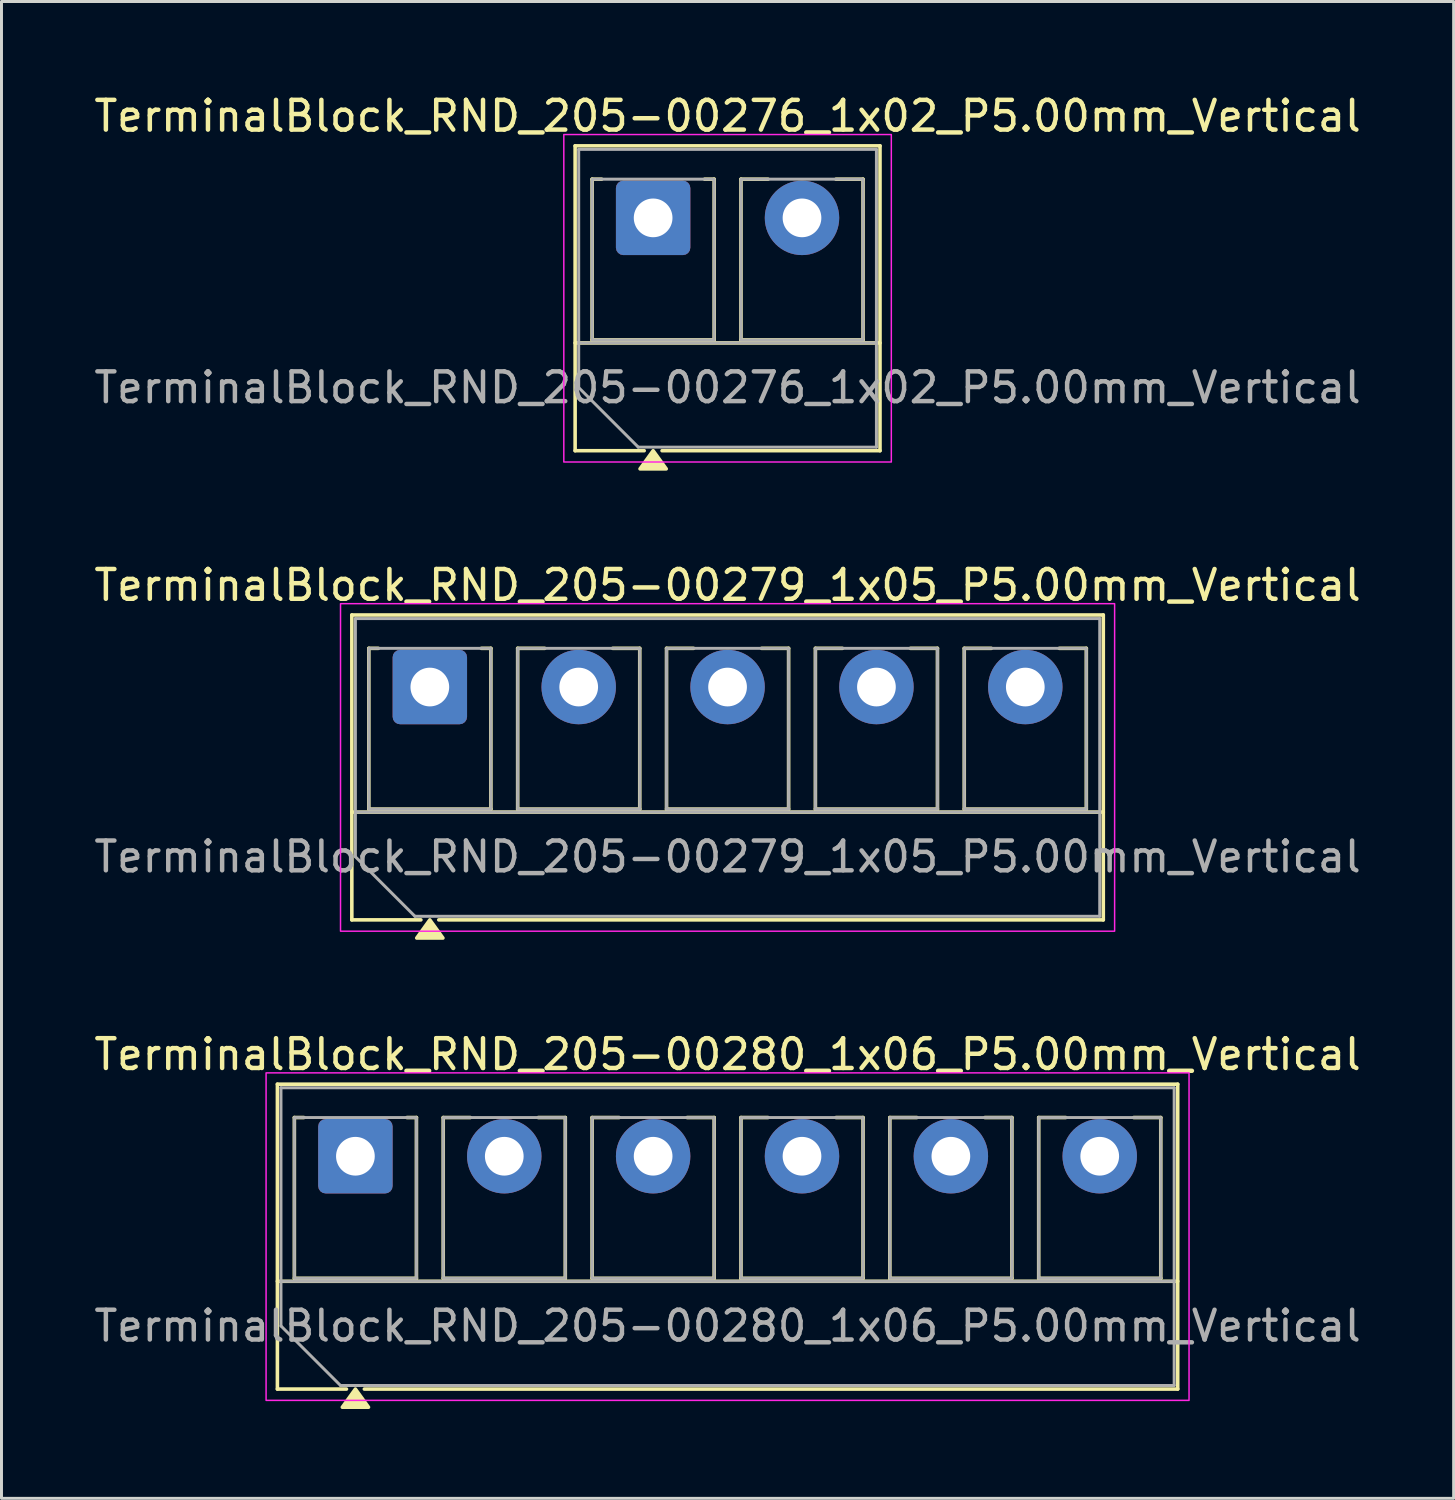
<source format=kicad_pcb>
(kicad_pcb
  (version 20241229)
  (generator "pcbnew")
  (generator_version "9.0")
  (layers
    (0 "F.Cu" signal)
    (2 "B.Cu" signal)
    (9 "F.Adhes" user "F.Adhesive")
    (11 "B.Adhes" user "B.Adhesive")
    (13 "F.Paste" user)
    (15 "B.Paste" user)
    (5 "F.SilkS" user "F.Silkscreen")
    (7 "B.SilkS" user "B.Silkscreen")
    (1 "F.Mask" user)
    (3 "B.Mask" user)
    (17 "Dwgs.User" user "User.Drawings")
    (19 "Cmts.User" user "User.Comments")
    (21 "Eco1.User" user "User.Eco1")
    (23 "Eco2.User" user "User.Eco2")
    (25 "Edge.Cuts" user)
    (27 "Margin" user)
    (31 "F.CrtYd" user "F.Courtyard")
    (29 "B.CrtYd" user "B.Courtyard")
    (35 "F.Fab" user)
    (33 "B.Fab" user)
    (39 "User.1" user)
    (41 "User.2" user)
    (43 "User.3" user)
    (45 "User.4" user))
  (footprint "TerminalBlock_RND_205-00276_1x02_P5.00mm_Vertical"
    (layer "F.Cu")
    (at 18.887 4.268)
    (property "Reference" "TerminalBlock_RND_205-00276_1x02_P5.00mm_Vertical" (at 2.5 -3.42 0) (layer "F.SilkS") (effects (font (size 1 1) (thickness 0.15))))
    (attr through_hole)
    (fp_line (start -2.62 -2.42) (end 7.62 -2.42) (stroke (width 0.12) (type solid)) (layer "F.SilkS"))
    (fp_line (start -2.62 4.2) (end 7.62 4.2) (stroke (width 0.12) (type solid)) (layer "F.SilkS"))
    (fp_line (start -2.62 7.82) (end -2.62 -2.42) (stroke (width 0.12) (type solid)) (layer "F.SilkS"))
    (fp_line (start -2.05 -1.3) (end -1.73 -1.3) (stroke (width 0.12) (type solid)) (layer "F.SilkS"))
    (fp_line (start -2.05 4.1) (end -2.05 -1.3) (stroke (width 0.12) (type solid)) (layer "F.SilkS"))
    (fp_line (start -0.3 7.82) (end -2.62 7.82) (stroke (width 0.12) (type solid)) (layer "F.SilkS"))
    (fp_line (start 1.73 -1.3) (end 2.05 -1.3) (stroke (width 0.12) (type solid)) (layer "F.SilkS"))
    (fp_line (start 2.05 -1.3) (end 2.05 4.1) (stroke (width 0.12) (type solid)) (layer "F.SilkS"))
    (fp_line (start 2.05 4.1) (end -2.05 4.1) (stroke (width 0.12) (type solid)) (layer "F.SilkS"))
    (fp_line (start 2.95 -1.3) (end 3.859 -1.3) (stroke (width 0.12) (type solid)) (layer "F.SilkS"))
    (fp_line (start 2.95 4.1) (end 2.95 -1.3) (stroke (width 0.12) (type solid)) (layer "F.SilkS"))
    (fp_line (start 6.141 -1.3) (end 7.05 -1.3) (stroke (width 0.12) (type solid)) (layer "F.SilkS"))
    (fp_line (start 7.05 -1.3) (end 7.05 4.1) (stroke (width 0.12) (type solid)) (layer "F.SilkS"))
    (fp_line (start 7.05 4.1) (end 2.95 4.1) (stroke (width 0.12) (type solid)) (layer "F.SilkS"))
    (fp_line (start 7.62 -2.42) (end 7.62 7.82) (stroke (width 0.12) (type solid)) (layer "F.SilkS"))
    (fp_line (start 7.62 7.82) (end 0.3 7.82) (stroke (width 0.12) (type solid)) (layer "F.SilkS"))
    (fp_poly (pts (xy 0 7.82) (xy 0.44 8.43) (xy -0.44 8.43)) (stroke (width 0.12) (type solid)) (fill yes) (layer "F.SilkS"))
    (fp_rect (start -3 -2.8) (end 8 8.2) (stroke (width 0.05) (type solid)) (fill no) (layer "F.CrtYd"))
    (fp_line (start -2.5 -2.3) (end 7.5 -2.3) (stroke (width 0.1) (type solid)) (layer "F.Fab"))
    (fp_line (start -2.5 4.2) (end 7.5 4.2) (stroke (width 0.1) (type solid)) (layer "F.Fab"))
    (fp_line (start -2.5 5.7) (end -2.5 -2.3) (stroke (width 0.1) (type solid)) (layer "F.Fab"))
    (fp_line (start -0.5 7.7) (end -2.5 5.7) (stroke (width 0.1) (type solid)) (layer "F.Fab"))
    (fp_line (start 7.5 -2.3) (end 7.5 7.7) (stroke (width 0.1) (type solid)) (layer "F.Fab"))
    (fp_line (start 7.5 7.7) (end -0.5 7.7) (stroke (width 0.1) (type solid)) (layer "F.Fab"))
    (fp_rect (start -2.05 -1.3) (end 2.05 4.1) (stroke (width 0.1) (type solid)) (fill no) (layer "F.Fab"))
    (fp_rect (start 2.95 -1.3) (end 7.05 4.1) (stroke (width 0.1) (type solid)) (fill no) (layer "F.Fab"))
    (fp_text user "${REFERENCE}" (at 2.5 5.7 0) (layer "F.Fab") (effects (font (size 1 1) (thickness 0.15))))
    (pad "1" thru_hole roundrect (at 0 0) (size 2.5 2.5) (drill 1.3) (layers "*.Cu" "*.Mask") (roundrect_rratio 0.1))
    (pad "2" thru_hole circle (at 5 0) (size 2.5 2.5) (drill 1.3) (layers "*.Cu" "*.Mask")))
  (footprint "TerminalBlock_RND_205-00279_1x05_P5.00mm_Vertical"
    (layer "F.Cu")
    (at 11.387 20.026)
    (property "Reference" "TerminalBlock_RND_205-00279_1x05_P5.00mm_Vertical" (at 10 -3.42 0) (layer "F.SilkS") (effects (font (size 1 1) (thickness 0.15))))
    (attr through_hole)
    (fp_line (start -2.62 -2.42) (end 22.62 -2.42) (stroke (width 0.12) (type solid)) (layer "F.SilkS"))
    (fp_line (start -2.62 4.2) (end 22.62 4.2) (stroke (width 0.12) (type solid)) (layer "F.SilkS"))
    (fp_line (start -2.62 7.82) (end -2.62 -2.42) (stroke (width 0.12) (type solid)) (layer "F.SilkS"))
    (fp_line (start -2.05 -1.3) (end -1.73 -1.3) (stroke (width 0.12) (type solid)) (layer "F.SilkS"))
    (fp_line (start -2.05 4.1) (end -2.05 -1.3) (stroke (width 0.12) (type solid)) (layer "F.SilkS"))
    (fp_line (start -0.3 7.82) (end -2.62 7.82) (stroke (width 0.12) (type solid)) (layer "F.SilkS"))
    (fp_line (start 1.73 -1.3) (end 2.05 -1.3) (stroke (width 0.12) (type solid)) (layer "F.SilkS"))
    (fp_line (start 2.05 -1.3) (end 2.05 4.1) (stroke (width 0.12) (type solid)) (layer "F.SilkS"))
    (fp_line (start 2.05 4.1) (end -2.05 4.1) (stroke (width 0.12) (type solid)) (layer "F.SilkS"))
    (fp_line (start 2.95 -1.3) (end 3.859 -1.3) (stroke (width 0.12) (type solid)) (layer "F.SilkS"))
    (fp_line (start 2.95 4.1) (end 2.95 -1.3) (stroke (width 0.12) (type solid)) (layer "F.SilkS"))
    (fp_line (start 6.141 -1.3) (end 7.05 -1.3) (stroke (width 0.12) (type solid)) (layer "F.SilkS"))
    (fp_line (start 7.05 -1.3) (end 7.05 4.1) (stroke (width 0.12) (type solid)) (layer "F.SilkS"))
    (fp_line (start 7.05 4.1) (end 2.95 4.1) (stroke (width 0.12) (type solid)) (layer "F.SilkS"))
    (fp_line (start 7.95 -1.3) (end 8.859 -1.3) (stroke (width 0.12) (type solid)) (layer "F.SilkS"))
    (fp_line (start 7.95 4.1) (end 7.95 -1.3) (stroke (width 0.12) (type solid)) (layer "F.SilkS"))
    (fp_line (start 11.141 -1.3) (end 12.05 -1.3) (stroke (width 0.12) (type solid)) (layer "F.SilkS"))
    (fp_line (start 12.05 -1.3) (end 12.05 4.1) (stroke (width 0.12) (type solid)) (layer "F.SilkS"))
    (fp_line (start 12.05 4.1) (end 7.95 4.1) (stroke (width 0.12) (type solid)) (layer "F.SilkS"))
    (fp_line (start 12.95 -1.3) (end 13.859 -1.3) (stroke (width 0.12) (type solid)) (layer "F.SilkS"))
    (fp_line (start 12.95 4.1) (end 12.95 -1.3) (stroke (width 0.12) (type solid)) (layer "F.SilkS"))
    (fp_line (start 16.141 -1.3) (end 17.05 -1.3) (stroke (width 0.12) (type solid)) (layer "F.SilkS"))
    (fp_line (start 17.05 -1.3) (end 17.05 4.1) (stroke (width 0.12) (type solid)) (layer "F.SilkS"))
    (fp_line (start 17.05 4.1) (end 12.95 4.1) (stroke (width 0.12) (type solid)) (layer "F.SilkS"))
    (fp_line (start 17.95 -1.3) (end 18.859 -1.3) (stroke (width 0.12) (type solid)) (layer "F.SilkS"))
    (fp_line (start 17.95 4.1) (end 17.95 -1.3) (stroke (width 0.12) (type solid)) (layer "F.SilkS"))
    (fp_line (start 21.141 -1.3) (end 22.05 -1.3) (stroke (width 0.12) (type solid)) (layer "F.SilkS"))
    (fp_line (start 22.05 -1.3) (end 22.05 4.1) (stroke (width 0.12) (type solid)) (layer "F.SilkS"))
    (fp_line (start 22.05 4.1) (end 17.95 4.1) (stroke (width 0.12) (type solid)) (layer "F.SilkS"))
    (fp_line (start 22.62 -2.42) (end 22.62 7.82) (stroke (width 0.12) (type solid)) (layer "F.SilkS"))
    (fp_line (start 22.62 7.82) (end 0.3 7.82) (stroke (width 0.12) (type solid)) (layer "F.SilkS"))
    (fp_poly (pts (xy 0 7.82) (xy 0.44 8.43) (xy -0.44 8.43)) (stroke (width 0.12) (type solid)) (fill yes) (layer "F.SilkS"))
    (fp_rect (start -3 -2.8) (end 23 8.2) (stroke (width 0.05) (type solid)) (fill no) (layer "F.CrtYd"))
    (fp_line (start -2.5 -2.3) (end 22.5 -2.3) (stroke (width 0.1) (type solid)) (layer "F.Fab"))
    (fp_line (start -2.5 4.2) (end 22.5 4.2) (stroke (width 0.1) (type solid)) (layer "F.Fab"))
    (fp_line (start -2.5 5.7) (end -2.5 -2.3) (stroke (width 0.1) (type solid)) (layer "F.Fab"))
    (fp_line (start -0.5 7.7) (end -2.5 5.7) (stroke (width 0.1) (type solid)) (layer "F.Fab"))
    (fp_line (start 22.5 -2.3) (end 22.5 7.7) (stroke (width 0.1) (type solid)) (layer "F.Fab"))
    (fp_line (start 22.5 7.7) (end -0.5 7.7) (stroke (width 0.1) (type solid)) (layer "F.Fab"))
    (fp_rect (start -2.05 -1.3) (end 2.05 4.1) (stroke (width 0.1) (type solid)) (fill no) (layer "F.Fab"))
    (fp_rect (start 2.95 -1.3) (end 7.05 4.1) (stroke (width 0.1) (type solid)) (fill no) (layer "F.Fab"))
    (fp_rect (start 7.95 -1.3) (end 12.05 4.1) (stroke (width 0.1) (type solid)) (fill no) (layer "F.Fab"))
    (fp_rect (start 12.95 -1.3) (end 17.05 4.1) (stroke (width 0.1) (type solid)) (fill no) (layer "F.Fab"))
    (fp_rect (start 17.95 -1.3) (end 22.05 4.1) (stroke (width 0.1) (type solid)) (fill no) (layer "F.Fab"))
    (fp_text user "${REFERENCE}" (at 10 5.7 0) (layer "F.Fab") (effects (font (size 1 1) (thickness 0.15))))
    (pad "1" thru_hole roundrect (at 0 0) (size 2.5 2.5) (drill 1.3) (layers "*.Cu" "*.Mask") (roundrect_rratio 0.1))
    (pad "2" thru_hole circle (at 5 0) (size 2.5 2.5) (drill 1.3) (layers "*.Cu" "*.Mask"))
    (pad "3" thru_hole circle (at 10 0) (size 2.5 2.5) (drill 1.3) (layers "*.Cu" "*.Mask"))
    (pad "4" thru_hole circle (at 15 0) (size 2.5 2.5) (drill 1.3) (layers "*.Cu" "*.Mask"))
    (pad "5" thru_hole circle (at 20 0) (size 2.5 2.5) (drill 1.3) (layers "*.Cu" "*.Mask")))
  (footprint "TerminalBlock_RND_205-00280_1x06_P5.00mm_Vertical"
    (layer "F.Cu")
    (at 8.887 35.785)
    (property "Reference" "TerminalBlock_RND_205-00280_1x06_P5.00mm_Vertical" (at 12.5 -3.42 0) (layer "F.SilkS") (effects (font (size 1 1) (thickness 0.15))))
    (attr through_hole)
    (fp_line (start -2.62 -2.42) (end 27.62 -2.42) (stroke (width 0.12) (type solid)) (layer "F.SilkS"))
    (fp_line (start -2.62 4.2) (end 27.62 4.2) (stroke (width 0.12) (type solid)) (layer "F.SilkS"))
    (fp_line (start -2.62 7.82) (end -2.62 -2.42) (stroke (width 0.12) (type solid)) (layer "F.SilkS"))
    (fp_line (start -2.05 -1.3) (end -1.73 -1.3) (stroke (width 0.12) (type solid)) (layer "F.SilkS"))
    (fp_line (start -2.05 4.1) (end -2.05 -1.3) (stroke (width 0.12) (type solid)) (layer "F.SilkS"))
    (fp_line (start -0.3 7.82) (end -2.62 7.82) (stroke (width 0.12) (type solid)) (layer "F.SilkS"))
    (fp_line (start 1.73 -1.3) (end 2.05 -1.3) (stroke (width 0.12) (type solid)) (layer "F.SilkS"))
    (fp_line (start 2.05 -1.3) (end 2.05 4.1) (stroke (width 0.12) (type solid)) (layer "F.SilkS"))
    (fp_line (start 2.05 4.1) (end -2.05 4.1) (stroke (width 0.12) (type solid)) (layer "F.SilkS"))
    (fp_line (start 2.95 -1.3) (end 3.859 -1.3) (stroke (width 0.12) (type solid)) (layer "F.SilkS"))
    (fp_line (start 2.95 4.1) (end 2.95 -1.3) (stroke (width 0.12) (type solid)) (layer "F.SilkS"))
    (fp_line (start 6.141 -1.3) (end 7.05 -1.3) (stroke (width 0.12) (type solid)) (layer "F.SilkS"))
    (fp_line (start 7.05 -1.3) (end 7.05 4.1) (stroke (width 0.12) (type solid)) (layer "F.SilkS"))
    (fp_line (start 7.05 4.1) (end 2.95 4.1) (stroke (width 0.12) (type solid)) (layer "F.SilkS"))
    (fp_line (start 7.95 -1.3) (end 8.859 -1.3) (stroke (width 0.12) (type solid)) (layer "F.SilkS"))
    (fp_line (start 7.95 4.1) (end 7.95 -1.3) (stroke (width 0.12) (type solid)) (layer "F.SilkS"))
    (fp_line (start 11.141 -1.3) (end 12.05 -1.3) (stroke (width 0.12) (type solid)) (layer "F.SilkS"))
    (fp_line (start 12.05 -1.3) (end 12.05 4.1) (stroke (width 0.12) (type solid)) (layer "F.SilkS"))
    (fp_line (start 12.05 4.1) (end 7.95 4.1) (stroke (width 0.12) (type solid)) (layer "F.SilkS"))
    (fp_line (start 12.95 -1.3) (end 13.859 -1.3) (stroke (width 0.12) (type solid)) (layer "F.SilkS"))
    (fp_line (start 12.95 4.1) (end 12.95 -1.3) (stroke (width 0.12) (type solid)) (layer "F.SilkS"))
    (fp_line (start 16.141 -1.3) (end 17.05 -1.3) (stroke (width 0.12) (type solid)) (layer "F.SilkS"))
    (fp_line (start 17.05 -1.3) (end 17.05 4.1) (stroke (width 0.12) (type solid)) (layer "F.SilkS"))
    (fp_line (start 17.05 4.1) (end 12.95 4.1) (stroke (width 0.12) (type solid)) (layer "F.SilkS"))
    (fp_line (start 17.95 -1.3) (end 18.859 -1.3) (stroke (width 0.12) (type solid)) (layer "F.SilkS"))
    (fp_line (start 17.95 4.1) (end 17.95 -1.3) (stroke (width 0.12) (type solid)) (layer "F.SilkS"))
    (fp_line (start 21.141 -1.3) (end 22.05 -1.3) (stroke (width 0.12) (type solid)) (layer "F.SilkS"))
    (fp_line (start 22.05 -1.3) (end 22.05 4.1) (stroke (width 0.12) (type solid)) (layer "F.SilkS"))
    (fp_line (start 22.05 4.1) (end 17.95 4.1) (stroke (width 0.12) (type solid)) (layer "F.SilkS"))
    (fp_line (start 22.95 -1.3) (end 23.859 -1.3) (stroke (width 0.12) (type solid)) (layer "F.SilkS"))
    (fp_line (start 22.95 4.1) (end 22.95 -1.3) (stroke (width 0.12) (type solid)) (layer "F.SilkS"))
    (fp_line (start 26.141 -1.3) (end 27.05 -1.3) (stroke (width 0.12) (type solid)) (layer "F.SilkS"))
    (fp_line (start 27.05 -1.3) (end 27.05 4.1) (stroke (width 0.12) (type solid)) (layer "F.SilkS"))
    (fp_line (start 27.05 4.1) (end 22.95 4.1) (stroke (width 0.12) (type solid)) (layer "F.SilkS"))
    (fp_line (start 27.62 -2.42) (end 27.62 7.82) (stroke (width 0.12) (type solid)) (layer "F.SilkS"))
    (fp_line (start 27.62 7.82) (end 0.3 7.82) (stroke (width 0.12) (type solid)) (layer "F.SilkS"))
    (fp_poly (pts (xy 0 7.82) (xy 0.44 8.43) (xy -0.44 8.43)) (stroke (width 0.12) (type solid)) (fill yes) (layer "F.SilkS"))
    (fp_rect (start -3 -2.8) (end 28 8.2) (stroke (width 0.05) (type solid)) (fill no) (layer "F.CrtYd"))
    (fp_line (start -2.5 -2.3) (end 27.5 -2.3) (stroke (width 0.1) (type solid)) (layer "F.Fab"))
    (fp_line (start -2.5 4.2) (end 27.5 4.2) (stroke (width 0.1) (type solid)) (layer "F.Fab"))
    (fp_line (start -2.5 5.7) (end -2.5 -2.3) (stroke (width 0.1) (type solid)) (layer "F.Fab"))
    (fp_line (start -0.5 7.7) (end -2.5 5.7) (stroke (width 0.1) (type solid)) (layer "F.Fab"))
    (fp_line (start 27.5 -2.3) (end 27.5 7.7) (stroke (width 0.1) (type solid)) (layer "F.Fab"))
    (fp_line (start 27.5 7.7) (end -0.5 7.7) (stroke (width 0.1) (type solid)) (layer "F.Fab"))
    (fp_rect (start -2.05 -1.3) (end 2.05 4.1) (stroke (width 0.1) (type solid)) (fill no) (layer "F.Fab"))
    (fp_rect (start 2.95 -1.3) (end 7.05 4.1) (stroke (width 0.1) (type solid)) (fill no) (layer "F.Fab"))
    (fp_rect (start 7.95 -1.3) (end 12.05 4.1) (stroke (width 0.1) (type solid)) (fill no) (layer "F.Fab"))
    (fp_rect (start 12.95 -1.3) (end 17.05 4.1) (stroke (width 0.1) (type solid)) (fill no) (layer "F.Fab"))
    (fp_rect (start 17.95 -1.3) (end 22.05 4.1) (stroke (width 0.1) (type solid)) (fill no) (layer "F.Fab"))
    (fp_rect (start 22.95 -1.3) (end 27.05 4.1) (stroke (width 0.1) (type solid)) (fill no) (layer "F.Fab"))
    (fp_text user "${REFERENCE}" (at 12.5 5.7 0) (layer "F.Fab") (effects (font (size 1 1) (thickness 0.15))))
    (pad "1" thru_hole roundrect (at 0 0) (size 2.5 2.5) (drill 1.3) (layers "*.Cu" "*.Mask") (roundrect_rratio 0.1))
    (pad "2" thru_hole circle (at 5 0) (size 2.5 2.5) (drill 1.3) (layers "*.Cu" "*.Mask"))
    (pad "3" thru_hole circle (at 10 0) (size 2.5 2.5) (drill 1.3) (layers "*.Cu" "*.Mask"))
    (pad "4" thru_hole circle (at 15 0) (size 2.5 2.5) (drill 1.3) (layers "*.Cu" "*.Mask"))
    (pad "5" thru_hole circle (at 20 0) (size 2.5 2.5) (drill 1.3) (layers "*.Cu" "*.Mask"))
    (pad "6" thru_hole circle (at 25 0) (size 2.5 2.5) (drill 1.3) (layers "*.Cu" "*.Mask")))
  (gr_rect
    (start -3 -3)
    (end 45.774 47.275)
    (stroke (width 0.1) (type default))
    (fill no)
    (layer "Edge.Cuts")))
</source>
